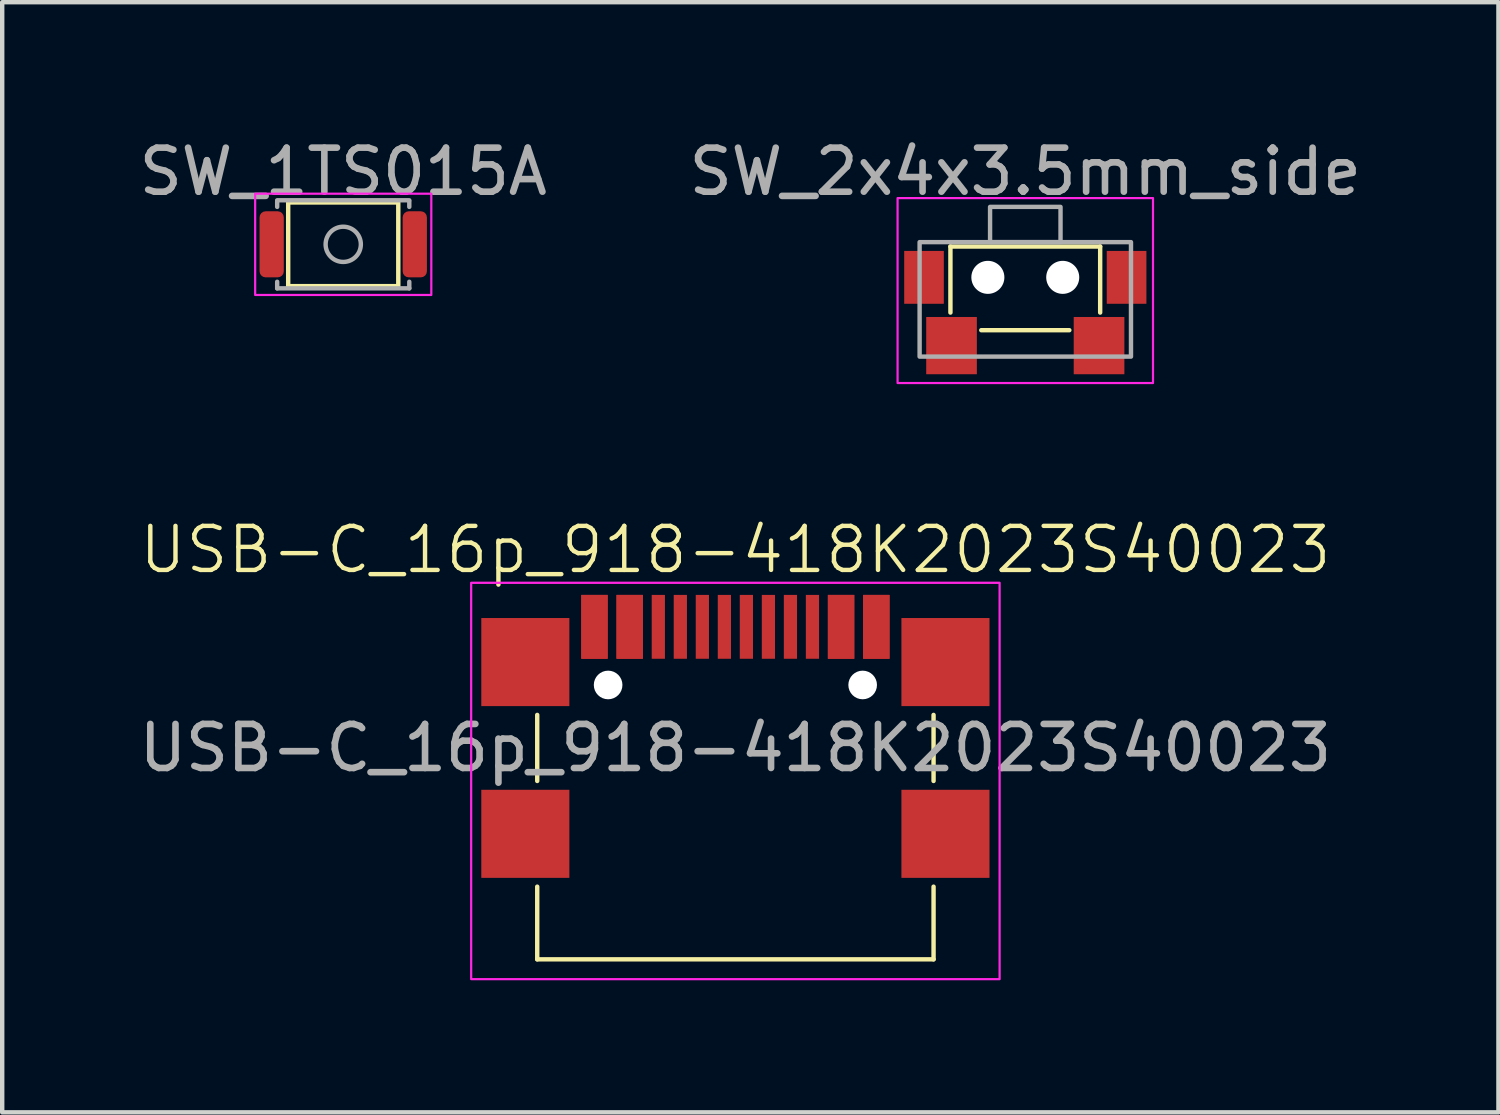
<source format=kicad_pcb>
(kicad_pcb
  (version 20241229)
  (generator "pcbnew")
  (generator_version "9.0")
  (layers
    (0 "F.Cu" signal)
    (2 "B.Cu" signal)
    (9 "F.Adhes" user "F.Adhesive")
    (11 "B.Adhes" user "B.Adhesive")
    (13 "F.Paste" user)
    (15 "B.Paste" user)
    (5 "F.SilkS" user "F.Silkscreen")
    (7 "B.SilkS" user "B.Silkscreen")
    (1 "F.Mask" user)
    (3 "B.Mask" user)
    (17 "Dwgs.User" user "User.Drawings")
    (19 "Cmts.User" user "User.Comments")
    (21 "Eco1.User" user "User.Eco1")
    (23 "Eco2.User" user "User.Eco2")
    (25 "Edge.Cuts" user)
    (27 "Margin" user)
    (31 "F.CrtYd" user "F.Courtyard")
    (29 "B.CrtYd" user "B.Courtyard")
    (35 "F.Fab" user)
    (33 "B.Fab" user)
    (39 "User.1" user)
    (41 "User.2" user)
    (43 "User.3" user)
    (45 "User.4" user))
  (footprint "USB-C_16p_918-418K2023S40023"
    (layer "F.Cu")
    (at 13.649 14.684)
    (property "Reference" "USB-C_16p_918-418K2023S40023" (at 0 -5.25 0) (unlocked yes) (layer "F.SilkS") (effects (font (size 1 1) (thickness 0.1))))
    (attr smd)
    (fp_line (start -4.5 -1.5) (end -4.5 0) (stroke (width 0.1) (type default)) (layer "F.SilkS"))
    (fp_line (start -4.5 2.4) (end -4.5 4.05) (stroke (width 0.1) (type default)) (layer "F.SilkS"))
    (fp_line (start -4.5 4.05) (end 4.5 4.05) (stroke (width 0.1) (type default)) (layer "F.SilkS"))
    (fp_line (start 4.5 -1.5) (end 4.5 0) (stroke (width 0.1) (type default)) (layer "F.SilkS"))
    (fp_line (start 4.5 2.4) (end 4.5 4.05) (stroke (width 0.1) (type default)) (layer "F.SilkS"))
    (fp_rect (start -6 -4.5) (end 6 4.5) (stroke (width 0.05) (type default)) (fill no) (layer "F.CrtYd"))
    (fp_text user "${REFERENCE}" (at 0 -0.75 0) (unlocked yes) (layer "F.Fab") (effects (font (size 1 1) (thickness 0.15))))
    (pad "" np_thru_hole circle (at -2.89 -2.18) (size 0.65 0.65) (drill 0.65) (layers "*.Cu" "*.Mask"))
    (pad "" np_thru_hole circle (at 2.89 -2.18) (size 0.65 0.65) (drill 0.65) (layers "*.Cu" "*.Mask"))
    (pad "A1" smd rect (at -3.2 -3.5) (size 0.6 1.45) (layers "F.Cu" "F.Mask" "F.Paste"))
    (pad "A4" smd rect (at -2.4 -3.5) (size 0.6 1.45) (layers "F.Cu" "F.Mask" "F.Paste"))
    (pad "A5" smd rect (at -1.25 -3.5) (size 0.3 1.45) (layers "F.Cu" "F.Mask" "F.Paste"))
    (pad "A6" smd rect (at -0.25 -3.5) (size 0.3 1.45) (layers "F.Cu" "F.Mask" "F.Paste"))
    (pad "A7" smd rect (at 0.25 -3.5) (size 0.3 1.45) (layers "F.Cu" "F.Mask" "F.Paste"))
    (pad "A8" smd rect (at 1.25 -3.5) (size 0.3 1.45) (layers "F.Cu" "F.Mask" "F.Paste"))
    (pad "A9" smd rect (at 2.4 -3.5) (size 0.6 1.45) (layers "F.Cu" "F.Mask" "F.Paste"))
    (pad "A12" smd rect (at 3.2 -3.5) (size 0.6 1.45) (layers "F.Cu" "F.Mask" "F.Paste"))
    (pad "B1" smd rect (at 3.2 -3.5) (size 0.6 1.45) (layers "F.Cu" "F.Mask" "F.Paste"))
    (pad "B4" smd rect (at 2.4 -3.5) (size 0.6 1.45) (layers "F.Cu" "F.Mask" "F.Paste"))
    (pad "B5" smd rect (at 1.75 -3.5) (size 0.3 1.45) (layers "F.Cu" "F.Mask" "F.Paste"))
    (pad "B6" smd rect (at 0.75 -3.5) (size 0.3 1.45) (layers "F.Cu" "F.Mask" "F.Paste"))
    (pad "B7" smd rect (at -0.75 -3.5) (size 0.3 1.45) (layers "F.Cu" "F.Mask" "F.Paste"))
    (pad "B8" smd rect (at -1.75 -3.5) (size 0.3 1.45) (layers "F.Cu" "F.Mask" "F.Paste"))
    (pad "B9" smd rect (at -2.4 -3.5) (size 0.6 1.45) (layers "F.Cu" "F.Mask" "F.Paste"))
    (pad "B12" smd rect (at -3.2 -3.5) (size 0.6 1.45) (layers "F.Cu" "F.Mask" "F.Paste"))
    (pad "S1" smd rect (at -4.77 -2.7) (size 2 2) (layers "F.Cu" "F.Mask" "F.Paste"))
    (pad "S1" smd rect (at -4.77 1.2) (size 2 2) (layers "F.Cu" "F.Mask" "F.Paste"))
    (pad "S1" smd rect (at 4.77 -2.7) (size 2 2) (layers "F.Cu" "F.Mask" "F.Paste"))
    (pad "S1" smd rect (at 4.77 1.2) (size 2 2) (layers "F.Cu" "F.Mask" "F.Paste")))
  (footprint "SW_2x4x3.5mm_side"
    (layer "F.Cu")
    (at 20.232 3.248)
    (property "Reference" "SW_2x4x3.5mm_side" (at 0 -2.4 0) (unlocked yes) (layer "F.SilkS") (effects (font (size 1 1) (thickness 0.1))))
    (attr smd)
    (fp_line (start -1.7 -0.7) (end -1.7 0.8) (stroke (width 0.1) (type default)) (layer "F.SilkS"))
    (fp_line (start -1.7 -0.7) (end 1.7 -0.7) (stroke (width 0.1) (type default)) (layer "F.SilkS"))
    (fp_line (start 1 1.2) (end -1 1.2) (stroke (width 0.1) (type default)) (layer "F.SilkS"))
    (fp_line (start 1.7 -0.7) (end 1.7 0.8) (stroke (width 0.1) (type default)) (layer "F.SilkS"))
    (fp_rect (start -2.9 -1.8) (end 2.9 2.4) (stroke (width 0.05) (type default)) (fill no) (layer "F.CrtYd"))
    (fp_rect (start -2.4 -0.8) (end 2.4 1.8) (stroke (width 0.1) (type default)) (fill no) (layer "F.Fab"))
    (fp_rect (start 0.8 -0.8) (end -0.8 -1.6) (stroke (width 0.1) (type default)) (fill no) (layer "F.Fab"))
    (fp_text user "${REFERENCE}" (at 0 -2.4 0) (unlocked yes) (layer "F.Fab") (effects (font (size 1 1) (thickness 0.15))))
    (pad "" smd rect (at -1.675 1.55) (size 1.15 1.3) (layers "F.Cu" "F.Mask" "F.Paste"))
    (pad "" np_thru_hole circle (at -0.85 0) (size 0.75 0.75) (drill 0.75) (layers "*.Cu" "*.Mask"))
    (pad "" np_thru_hole circle (at 0.85 0) (size 0.75 0.75) (drill 0.75) (layers "*.Cu" "*.Mask"))
    (pad "" smd rect (at 1.675 1.55) (size 1.15 1.3) (layers "F.Cu" "F.Mask" "F.Paste"))
    (pad "1" smd rect (at -2.3 0) (size 0.9 1.2) (layers "F.Cu" "F.Mask" "F.Paste"))
    (pad "2" smd rect (at 2.3 0) (size 0.9 1.2) (layers "F.Cu" "F.Mask" "F.Paste")))
  (footprint "SW_1TS015A"
    (layer "F.Cu")
    (at 4.744 2.498)
    (property "Reference" "SW_1TS015A" (at 0 -1.65 0) (unlocked yes) (layer "F.SilkS") (effects (font (size 1 1) (thickness 0.1))))
    (attr smd)
    (fp_rect (start -1.25 -0.95) (end 1.25 0.95) (stroke (width 0.1) (type default)) (fill no) (layer "F.SilkS"))
    (fp_rect (start -2 -1.15) (end 2 1.15) (stroke (width 0.05) (type default)) (fill no) (layer "F.CrtYd"))
    (fp_line (start -1.5 -0.975) (end -1.5 -0.85) (stroke (width 0.1) (type default)) (layer "F.Fab"))
    (fp_line (start -1.5 1) (end -1.5 0.85) (stroke (width 0.1) (type default)) (layer "F.Fab"))
    (fp_line (start -1.5 1) (end 1.5 1) (stroke (width 0.1) (type default)) (layer "F.Fab"))
    (fp_line (start 1.5 -1) (end -1.5 -1) (stroke (width 0.1) (type default)) (layer "F.Fab"))
    (fp_line (start 1.5 -0.975) (end 1.5 -0.85) (stroke (width 0.1) (type default)) (layer "F.Fab"))
    (fp_line (start 1.5 1) (end 1.5 0.85) (stroke (width 0.1) (type default)) (layer "F.Fab"))
    (fp_circle (center 0 0) (end 0.4 0) (stroke (width 0.1) (type default)) (fill no) (layer "F.Fab"))
    (fp_text user "${REFERENCE}" (at 0 -1.65 0) (unlocked yes) (layer "F.Fab") (effects (font (size 1 1) (thickness 0.15))))
    (pad "1" smd roundrect (at -1.625 0) (size 0.55 1.5) (layers "F.Cu" "F.Mask" "F.Paste") (roundrect_rratio 0.25))
    (pad "2" smd roundrect (at 1.625 0) (size 0.55 1.5) (layers "F.Cu" "F.Mask" "F.Paste") (roundrect_rratio 0.25))
    (zone (net_name "") (layer "F.Cu") (hatch edge 0.5) (connect_pads) (min_thickness 0.25) (filled_areas_thickness no) (keepout (tracks allowed) (vias allowed) (pads not_allowed) (copperpour allowed) (footprints allowed)) (placement (enabled no)) (fill) (polygon (pts (xy 5.694 1.498) (xy 5.694 3.498) (xy 3.794 3.498) (xy 3.794 1.498)))))
  (gr_rect
    (start -3 -3)
    (end 30.976 22.209)
    (stroke (width 0.1) (type default))
    (fill no)
    (layer "Edge.Cuts")))
</source>
